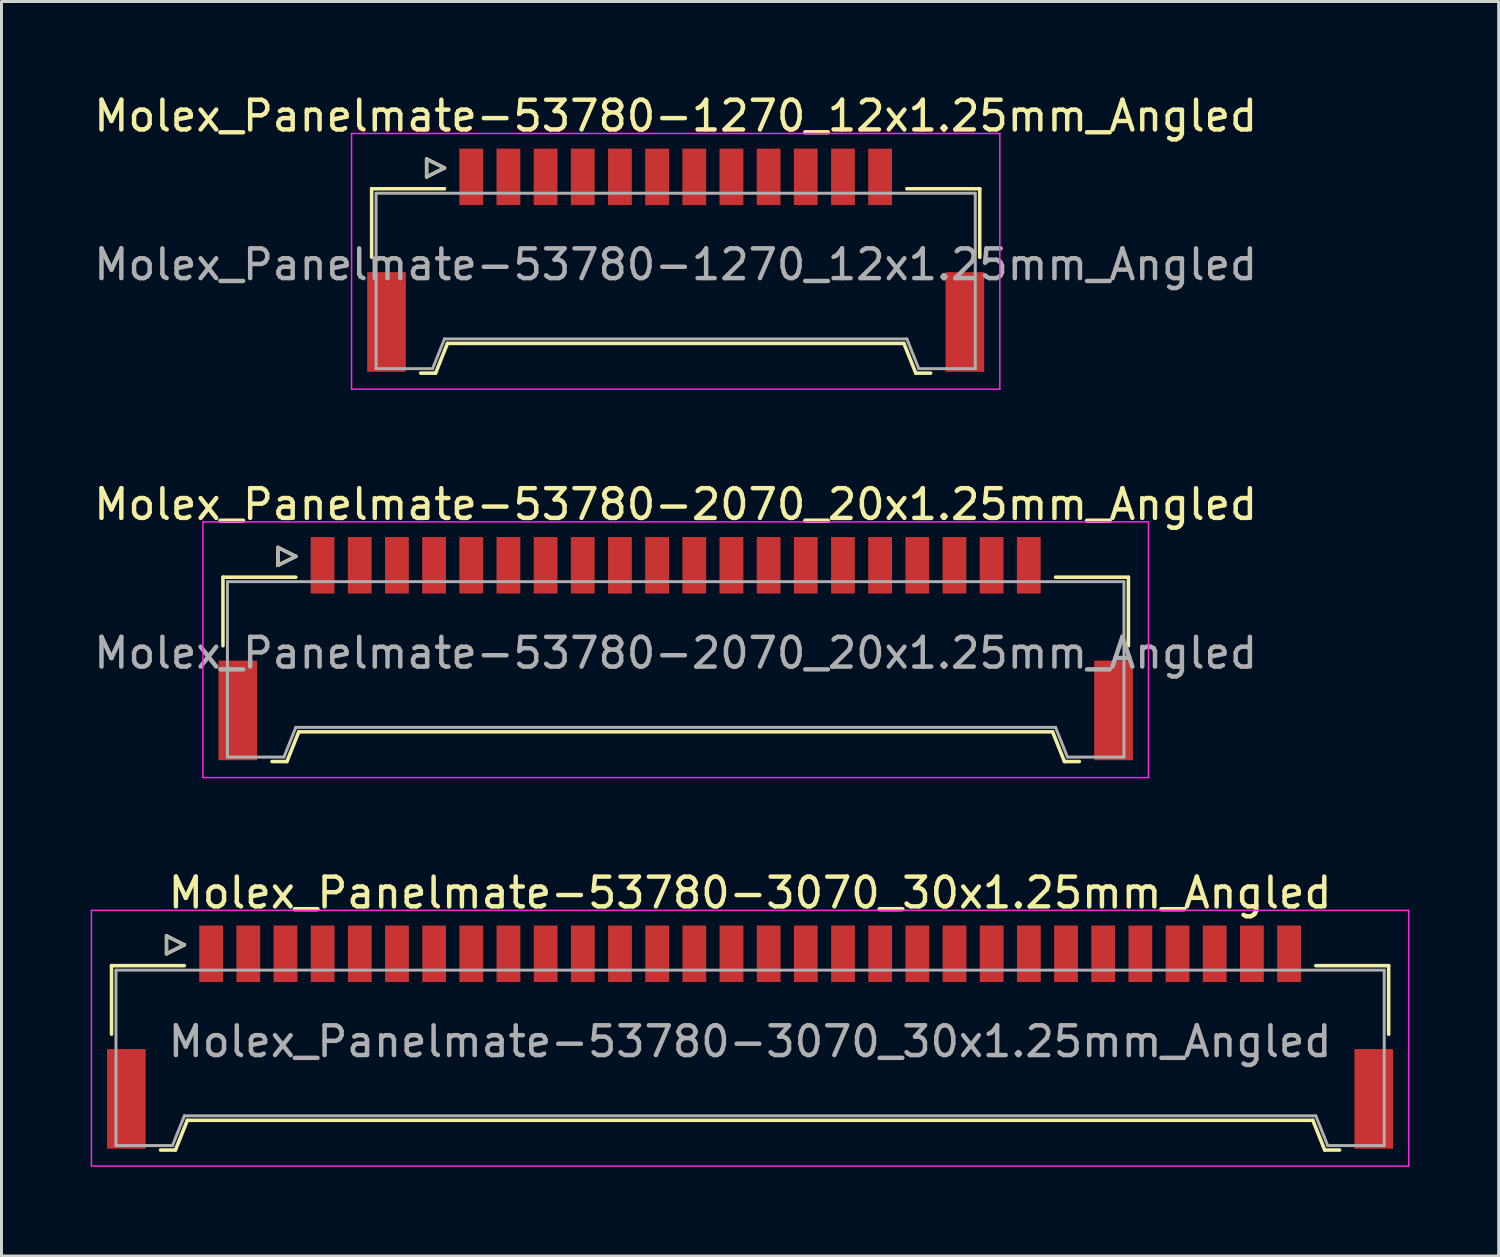
<source format=kicad_pcb>
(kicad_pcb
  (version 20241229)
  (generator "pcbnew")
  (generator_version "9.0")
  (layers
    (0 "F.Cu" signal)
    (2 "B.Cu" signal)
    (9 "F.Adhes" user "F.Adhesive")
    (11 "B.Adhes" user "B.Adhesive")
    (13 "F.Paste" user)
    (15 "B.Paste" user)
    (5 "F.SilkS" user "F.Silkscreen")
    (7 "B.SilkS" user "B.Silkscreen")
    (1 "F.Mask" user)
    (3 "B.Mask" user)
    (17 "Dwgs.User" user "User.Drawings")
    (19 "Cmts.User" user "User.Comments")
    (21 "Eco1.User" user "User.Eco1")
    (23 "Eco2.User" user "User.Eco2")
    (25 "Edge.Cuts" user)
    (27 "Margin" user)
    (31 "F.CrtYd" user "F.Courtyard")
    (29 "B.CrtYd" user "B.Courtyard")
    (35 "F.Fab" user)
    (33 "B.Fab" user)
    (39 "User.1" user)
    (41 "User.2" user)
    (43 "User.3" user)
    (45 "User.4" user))
  (footprint "Molex_Panelmate-53780-2070_20x1.25mm_Angled"
    (layer "F.Cu")
    (at 19.673 18.401)
    (property "Reference" "Molex_Panelmate-53780-2070_20x1.25mm_Angled" (at 0 -4.49 0) (layer "F.SilkS") (effects (font (size 1 1) (thickness 0.15))))
    (attr smd)
    (fp_line (start -15.225 -2.04) (end -15.225 0.265) (stroke (width 0.12) (type solid)) (layer "F.SilkS"))
    (fp_line (start -13.575 4.16) (end -13.075 4.16) (stroke (width 0.12) (type solid)) (layer "F.SilkS"))
    (fp_line (start -13.375 -3.04) (end -13.375 -2.44) (stroke (width 0.12) (type solid)) (layer "F.SilkS"))
    (fp_line (start -13.375 -2.44) (end -12.775 -2.74) (stroke (width 0.12) (type solid)) (layer "F.SilkS"))
    (fp_line (start -13.075 4.16) (end -12.675 3.16) (stroke (width 0.12) (type solid)) (layer "F.SilkS"))
    (fp_line (start -12.775 -2.74) (end -13.375 -3.04) (stroke (width 0.12) (type solid)) (layer "F.SilkS"))
    (fp_line (start -12.775 -2.04) (end -15.225 -2.04) (stroke (width 0.12) (type solid)) (layer "F.SilkS"))
    (fp_line (start -12.675 3.16) (end 12.675 3.16) (stroke (width 0.12) (type solid)) (layer "F.SilkS"))
    (fp_line (start 12.675 3.16) (end 13.075 4.16) (stroke (width 0.12) (type solid)) (layer "F.SilkS"))
    (fp_line (start 12.775 -2.04) (end 15.225 -2.04) (stroke (width 0.12) (type solid)) (layer "F.SilkS"))
    (fp_line (start 13.075 4.16) (end 13.575 4.16) (stroke (width 0.12) (type solid)) (layer "F.SilkS"))
    (fp_line (start 15.225 -2.04) (end 15.225 0.265) (stroke (width 0.12) (type solid)) (layer "F.SilkS"))
    (fp_line (start -15.9 -3.9) (end -15.9 4.7) (stroke (width 0.05) (type solid)) (layer "F.CrtYd"))
    (fp_line (start -15.9 4.7) (end 15.9 4.7) (stroke (width 0.05) (type solid)) (layer "F.CrtYd"))
    (fp_line (start 15.9 -3.9) (end -15.9 -3.9) (stroke (width 0.05) (type solid)) (layer "F.CrtYd"))
    (fp_line (start 15.9 4.7) (end 15.9 -3.9) (stroke (width 0.05) (type solid)) (layer "F.CrtYd"))
    (fp_line (start -15.075 -1.89) (end -15.075 4.01) (stroke (width 0.1) (type solid)) (layer "F.Fab"))
    (fp_line (start -15.075 4.01) (end -13.175 4.01) (stroke (width 0.1) (type solid)) (layer "F.Fab"))
    (fp_line (start -13.375 -3.04) (end -13.375 -2.44) (stroke (width 0.1) (type solid)) (layer "F.Fab"))
    (fp_line (start -13.375 -2.44) (end -12.775 -2.74) (stroke (width 0.1) (type solid)) (layer "F.Fab"))
    (fp_line (start -13.175 4.01) (end -12.775 3.01) (stroke (width 0.1) (type solid)) (layer "F.Fab"))
    (fp_line (start -12.775 -2.74) (end -13.375 -3.04) (stroke (width 0.1) (type solid)) (layer "F.Fab"))
    (fp_line (start -12.775 3.01) (end 12.775 3.01) (stroke (width 0.1) (type solid)) (layer "F.Fab"))
    (fp_line (start 12.775 3.01) (end 13.175 4.01) (stroke (width 0.1) (type solid)) (layer "F.Fab"))
    (fp_line (start 13.175 4.01) (end 15.075 4.01) (stroke (width 0.1) (type solid)) (layer "F.Fab"))
    (fp_line (start 15.075 -1.89) (end -15.075 -1.89) (stroke (width 0.1) (type solid)) (layer "F.Fab"))
    (fp_line (start 15.075 4.01) (end 15.075 -1.89) (stroke (width 0.1) (type solid)) (layer "F.Fab"))
    (fp_text user "${REFERENCE}" (at 0 0.51 0) (layer "F.Fab") (effects (font (size 1 1) (thickness 0.15))))
    (pad "" smd rect (at -14.725 2.44) (size 1.3 3.35) (layers "F.Cu" "F.Mask" "F.Paste"))
    (pad "" smd rect (at 14.725 2.44) (size 1.3 3.35) (layers "F.Cu" "F.Mask" "F.Paste"))
    (pad "1" smd rect (at -11.875 -2.44) (size 0.8 1.9) (layers "F.Cu" "F.Mask" "F.Paste"))
    (pad "2" smd rect (at -10.625 -2.44) (size 0.8 1.9) (layers "F.Cu" "F.Mask" "F.Paste"))
    (pad "3" smd rect (at -9.375 -2.44) (size 0.8 1.9) (layers "F.Cu" "F.Mask" "F.Paste"))
    (pad "4" smd rect (at -8.125 -2.44) (size 0.8 1.9) (layers "F.Cu" "F.Mask" "F.Paste"))
    (pad "5" smd rect (at -6.875 -2.44) (size 0.8 1.9) (layers "F.Cu" "F.Mask" "F.Paste"))
    (pad "6" smd rect (at -5.625 -2.44) (size 0.8 1.9) (layers "F.Cu" "F.Mask" "F.Paste"))
    (pad "7" smd rect (at -4.375 -2.44) (size 0.8 1.9) (layers "F.Cu" "F.Mask" "F.Paste"))
    (pad "8" smd rect (at -3.125 -2.44) (size 0.8 1.9) (layers "F.Cu" "F.Mask" "F.Paste"))
    (pad "9" smd rect (at -1.875 -2.44) (size 0.8 1.9) (layers "F.Cu" "F.Mask" "F.Paste"))
    (pad "10" smd rect (at -0.625 -2.44) (size 0.8 1.9) (layers "F.Cu" "F.Mask" "F.Paste"))
    (pad "11" smd rect (at 0.625 -2.44) (size 0.8 1.9) (layers "F.Cu" "F.Mask" "F.Paste"))
    (pad "12" smd rect (at 1.875 -2.44) (size 0.8 1.9) (layers "F.Cu" "F.Mask" "F.Paste"))
    (pad "13" smd rect (at 3.125 -2.44) (size 0.8 1.9) (layers "F.Cu" "F.Mask" "F.Paste"))
    (pad "14" smd rect (at 4.375 -2.44) (size 0.8 1.9) (layers "F.Cu" "F.Mask" "F.Paste"))
    (pad "15" smd rect (at 5.625 -2.44) (size 0.8 1.9) (layers "F.Cu" "F.Mask" "F.Paste"))
    (pad "16" smd rect (at 6.875 -2.44) (size 0.8 1.9) (layers "F.Cu" "F.Mask" "F.Paste"))
    (pad "17" smd rect (at 8.125 -2.44) (size 0.8 1.9) (layers "F.Cu" "F.Mask" "F.Paste"))
    (pad "18" smd rect (at 9.375 -2.44) (size 0.8 1.9) (layers "F.Cu" "F.Mask" "F.Paste"))
    (pad "19" smd rect (at 10.625 -2.44) (size 0.8 1.9) (layers "F.Cu" "F.Mask" "F.Paste"))
    (pad "20" smd rect (at 11.875 -2.44) (size 0.8 1.9) (layers "F.Cu" "F.Mask" "F.Paste")))
  (footprint "Molex_Panelmate-53780-1270_12x1.25mm_Angled"
    (layer "F.Cu")
    (at 19.673 5.338)
    (property "Reference" "Molex_Panelmate-53780-1270_12x1.25mm_Angled" (at 0 -4.49 0) (layer "F.SilkS") (effects (font (size 1 1) (thickness 0.15))))
    (attr smd)
    (fp_line (start -10.225 -2.04) (end -10.225 0.265) (stroke (width 0.12) (type solid)) (layer "F.SilkS"))
    (fp_line (start -8.575 4.16) (end -8.075 4.16) (stroke (width 0.12) (type solid)) (layer "F.SilkS"))
    (fp_line (start -8.375 -3.04) (end -8.375 -2.44) (stroke (width 0.12) (type solid)) (layer "F.SilkS"))
    (fp_line (start -8.375 -2.44) (end -7.775 -2.74) (stroke (width 0.12) (type solid)) (layer "F.SilkS"))
    (fp_line (start -8.075 4.16) (end -7.675 3.16) (stroke (width 0.12) (type solid)) (layer "F.SilkS"))
    (fp_line (start -7.775 -2.74) (end -8.375 -3.04) (stroke (width 0.12) (type solid)) (layer "F.SilkS"))
    (fp_line (start -7.775 -2.04) (end -10.225 -2.04) (stroke (width 0.12) (type solid)) (layer "F.SilkS"))
    (fp_line (start -7.675 3.16) (end 7.675 3.16) (stroke (width 0.12) (type solid)) (layer "F.SilkS"))
    (fp_line (start 7.675 3.16) (end 8.075 4.16) (stroke (width 0.12) (type solid)) (layer "F.SilkS"))
    (fp_line (start 7.775 -2.04) (end 10.225 -2.04) (stroke (width 0.12) (type solid)) (layer "F.SilkS"))
    (fp_line (start 8.075 4.16) (end 8.575 4.16) (stroke (width 0.12) (type solid)) (layer "F.SilkS"))
    (fp_line (start 10.225 -2.04) (end 10.225 0.265) (stroke (width 0.12) (type solid)) (layer "F.SilkS"))
    (fp_line (start -10.9 -3.9) (end -10.9 4.7) (stroke (width 0.05) (type solid)) (layer "F.CrtYd"))
    (fp_line (start -10.9 4.7) (end 10.9 4.7) (stroke (width 0.05) (type solid)) (layer "F.CrtYd"))
    (fp_line (start 10.9 -3.9) (end -10.9 -3.9) (stroke (width 0.05) (type solid)) (layer "F.CrtYd"))
    (fp_line (start 10.9 4.7) (end 10.9 -3.9) (stroke (width 0.05) (type solid)) (layer "F.CrtYd"))
    (fp_line (start -10.075 -1.89) (end -10.075 4.01) (stroke (width 0.1) (type solid)) (layer "F.Fab"))
    (fp_line (start -10.075 4.01) (end -8.175 4.01) (stroke (width 0.1) (type solid)) (layer "F.Fab"))
    (fp_line (start -8.375 -3.04) (end -8.375 -2.44) (stroke (width 0.1) (type solid)) (layer "F.Fab"))
    (fp_line (start -8.375 -2.44) (end -7.775 -2.74) (stroke (width 0.1) (type solid)) (layer "F.Fab"))
    (fp_line (start -8.175 4.01) (end -7.775 3.01) (stroke (width 0.1) (type solid)) (layer "F.Fab"))
    (fp_line (start -7.775 -2.74) (end -8.375 -3.04) (stroke (width 0.1) (type solid)) (layer "F.Fab"))
    (fp_line (start -7.775 3.01) (end 7.775 3.01) (stroke (width 0.1) (type solid)) (layer "F.Fab"))
    (fp_line (start 7.775 3.01) (end 8.175 4.01) (stroke (width 0.1) (type solid)) (layer "F.Fab"))
    (fp_line (start 8.175 4.01) (end 10.075 4.01) (stroke (width 0.1) (type solid)) (layer "F.Fab"))
    (fp_line (start 10.075 -1.89) (end -10.075 -1.89) (stroke (width 0.1) (type solid)) (layer "F.Fab"))
    (fp_line (start 10.075 4.01) (end 10.075 -1.89) (stroke (width 0.1) (type solid)) (layer "F.Fab"))
    (fp_text user "${REFERENCE}" (at 0 0.51 0) (layer "F.Fab") (effects (font (size 1 1) (thickness 0.15))))
    (pad "" smd rect (at -9.725 2.44) (size 1.3 3.35) (layers "F.Cu" "F.Mask" "F.Paste"))
    (pad "" smd rect (at 9.725 2.44) (size 1.3 3.35) (layers "F.Cu" "F.Mask" "F.Paste"))
    (pad "1" smd rect (at -6.875 -2.44) (size 0.8 1.9) (layers "F.Cu" "F.Mask" "F.Paste"))
    (pad "2" smd rect (at -5.625 -2.44) (size 0.8 1.9) (layers "F.Cu" "F.Mask" "F.Paste"))
    (pad "3" smd rect (at -4.375 -2.44) (size 0.8 1.9) (layers "F.Cu" "F.Mask" "F.Paste"))
    (pad "4" smd rect (at -3.125 -2.44) (size 0.8 1.9) (layers "F.Cu" "F.Mask" "F.Paste"))
    (pad "5" smd rect (at -1.875 -2.44) (size 0.8 1.9) (layers "F.Cu" "F.Mask" "F.Paste"))
    (pad "6" smd rect (at -0.625 -2.44) (size 0.8 1.9) (layers "F.Cu" "F.Mask" "F.Paste"))
    (pad "7" smd rect (at 0.625 -2.44) (size 0.8 1.9) (layers "F.Cu" "F.Mask" "F.Paste"))
    (pad "8" smd rect (at 1.875 -2.44) (size 0.8 1.9) (layers "F.Cu" "F.Mask" "F.Paste"))
    (pad "9" smd rect (at 3.125 -2.44) (size 0.8 1.9) (layers "F.Cu" "F.Mask" "F.Paste"))
    (pad "10" smd rect (at 4.375 -2.44) (size 0.8 1.9) (layers "F.Cu" "F.Mask" "F.Paste"))
    (pad "11" smd rect (at 5.625 -2.44) (size 0.8 1.9) (layers "F.Cu" "F.Mask" "F.Paste"))
    (pad "12" smd rect (at 6.875 -2.44) (size 0.8 1.9) (layers "F.Cu" "F.Mask" "F.Paste")))
  (footprint "Molex_Panelmate-53780-3070_30x1.25mm_Angled"
    (layer "F.Cu")
    (at 22.175 31.465)
    (property "Reference" "Molex_Panelmate-53780-3070_30x1.25mm_Angled" (at 0 -4.49 0) (layer "F.SilkS") (effects (font (size 1 1) (thickness 0.15))))
    (attr smd)
    (fp_line (start -21.475 -2.04) (end -21.475 0.265) (stroke (width 0.12) (type solid)) (layer "F.SilkS"))
    (fp_line (start -19.825 4.16) (end -19.325 4.16) (stroke (width 0.12) (type solid)) (layer "F.SilkS"))
    (fp_line (start -19.625 -3.04) (end -19.625 -2.44) (stroke (width 0.12) (type solid)) (layer "F.SilkS"))
    (fp_line (start -19.625 -2.44) (end -19.025 -2.74) (stroke (width 0.12) (type solid)) (layer "F.SilkS"))
    (fp_line (start -19.325 4.16) (end -18.925 3.16) (stroke (width 0.12) (type solid)) (layer "F.SilkS"))
    (fp_line (start -19.025 -2.74) (end -19.625 -3.04) (stroke (width 0.12) (type solid)) (layer "F.SilkS"))
    (fp_line (start -19.025 -2.04) (end -21.475 -2.04) (stroke (width 0.12) (type solid)) (layer "F.SilkS"))
    (fp_line (start -18.925 3.16) (end 18.925 3.16) (stroke (width 0.12) (type solid)) (layer "F.SilkS"))
    (fp_line (start 18.925 3.16) (end 19.325 4.16) (stroke (width 0.12) (type solid)) (layer "F.SilkS"))
    (fp_line (start 19.025 -2.04) (end 21.475 -2.04) (stroke (width 0.12) (type solid)) (layer "F.SilkS"))
    (fp_line (start 19.325 4.16) (end 19.825 4.16) (stroke (width 0.12) (type solid)) (layer "F.SilkS"))
    (fp_line (start 21.475 -2.04) (end 21.475 0.265) (stroke (width 0.12) (type solid)) (layer "F.SilkS"))
    (fp_line (start -22.15 -3.9) (end -22.15 4.7) (stroke (width 0.05) (type solid)) (layer "F.CrtYd"))
    (fp_line (start -22.15 4.7) (end 22.15 4.7) (stroke (width 0.05) (type solid)) (layer "F.CrtYd"))
    (fp_line (start 22.15 -3.9) (end -22.15 -3.9) (stroke (width 0.05) (type solid)) (layer "F.CrtYd"))
    (fp_line (start 22.15 4.7) (end 22.15 -3.9) (stroke (width 0.05) (type solid)) (layer "F.CrtYd"))
    (fp_line (start -21.325 -1.89) (end -21.325 4.01) (stroke (width 0.1) (type solid)) (layer "F.Fab"))
    (fp_line (start -21.325 4.01) (end -19.425 4.01) (stroke (width 0.1) (type solid)) (layer "F.Fab"))
    (fp_line (start -19.625 -3.04) (end -19.625 -2.44) (stroke (width 0.1) (type solid)) (layer "F.Fab"))
    (fp_line (start -19.625 -2.44) (end -19.025 -2.74) (stroke (width 0.1) (type solid)) (layer "F.Fab"))
    (fp_line (start -19.425 4.01) (end -19.025 3.01) (stroke (width 0.1) (type solid)) (layer "F.Fab"))
    (fp_line (start -19.025 -2.74) (end -19.625 -3.04) (stroke (width 0.1) (type solid)) (layer "F.Fab"))
    (fp_line (start -19.025 3.01) (end 19.025 3.01) (stroke (width 0.1) (type solid)) (layer "F.Fab"))
    (fp_line (start 19.025 3.01) (end 19.425 4.01) (stroke (width 0.1) (type solid)) (layer "F.Fab"))
    (fp_line (start 19.425 4.01) (end 21.325 4.01) (stroke (width 0.1) (type solid)) (layer "F.Fab"))
    (fp_line (start 21.325 -1.89) (end -21.325 -1.89) (stroke (width 0.1) (type solid)) (layer "F.Fab"))
    (fp_line (start 21.325 4.01) (end 21.325 -1.89) (stroke (width 0.1) (type solid)) (layer "F.Fab"))
    (fp_text user "${REFERENCE}" (at 0 0.51 0) (layer "F.Fab") (effects (font (size 1 1) (thickness 0.15))))
    (pad "" smd rect (at -20.975 2.44) (size 1.3 3.35) (layers "F.Cu" "F.Mask" "F.Paste"))
    (pad "" smd rect (at 20.975 2.44) (size 1.3 3.35) (layers "F.Cu" "F.Mask" "F.Paste"))
    (pad "1" smd rect (at -18.125 -2.44) (size 0.8 1.9) (layers "F.Cu" "F.Mask" "F.Paste"))
    (pad "2" smd rect (at -16.875 -2.44) (size 0.8 1.9) (layers "F.Cu" "F.Mask" "F.Paste"))
    (pad "3" smd rect (at -15.625 -2.44) (size 0.8 1.9) (layers "F.Cu" "F.Mask" "F.Paste"))
    (pad "4" smd rect (at -14.375 -2.44) (size 0.8 1.9) (layers "F.Cu" "F.Mask" "F.Paste"))
    (pad "5" smd rect (at -13.125 -2.44) (size 0.8 1.9) (layers "F.Cu" "F.Mask" "F.Paste"))
    (pad "6" smd rect (at -11.875 -2.44) (size 0.8 1.9) (layers "F.Cu" "F.Mask" "F.Paste"))
    (pad "7" smd rect (at -10.625 -2.44) (size 0.8 1.9) (layers "F.Cu" "F.Mask" "F.Paste"))
    (pad "8" smd rect (at -9.375 -2.44) (size 0.8 1.9) (layers "F.Cu" "F.Mask" "F.Paste"))
    (pad "9" smd rect (at -8.125 -2.44) (size 0.8 1.9) (layers "F.Cu" "F.Mask" "F.Paste"))
    (pad "10" smd rect (at -6.875 -2.44) (size 0.8 1.9) (layers "F.Cu" "F.Mask" "F.Paste"))
    (pad "11" smd rect (at -5.625 -2.44) (size 0.8 1.9) (layers "F.Cu" "F.Mask" "F.Paste"))
    (pad "12" smd rect (at -4.375 -2.44) (size 0.8 1.9) (layers "F.Cu" "F.Mask" "F.Paste"))
    (pad "13" smd rect (at -3.125 -2.44) (size 0.8 1.9) (layers "F.Cu" "F.Mask" "F.Paste"))
    (pad "14" smd rect (at -1.875 -2.44) (size 0.8 1.9) (layers "F.Cu" "F.Mask" "F.Paste"))
    (pad "15" smd rect (at -0.625 -2.44) (size 0.8 1.9) (layers "F.Cu" "F.Mask" "F.Paste"))
    (pad "16" smd rect (at 0.625 -2.44) (size 0.8 1.9) (layers "F.Cu" "F.Mask" "F.Paste"))
    (pad "17" smd rect (at 1.875 -2.44) (size 0.8 1.9) (layers "F.Cu" "F.Mask" "F.Paste"))
    (pad "18" smd rect (at 3.125 -2.44) (size 0.8 1.9) (layers "F.Cu" "F.Mask" "F.Paste"))
    (pad "19" smd rect (at 4.375 -2.44) (size 0.8 1.9) (layers "F.Cu" "F.Mask" "F.Paste"))
    (pad "20" smd rect (at 5.625 -2.44) (size 0.8 1.9) (layers "F.Cu" "F.Mask" "F.Paste"))
    (pad "21" smd rect (at 6.875 -2.44) (size 0.8 1.9) (layers "F.Cu" "F.Mask" "F.Paste"))
    (pad "22" smd rect (at 8.125 -2.44) (size 0.8 1.9) (layers "F.Cu" "F.Mask" "F.Paste"))
    (pad "23" smd rect (at 9.375 -2.44) (size 0.8 1.9) (layers "F.Cu" "F.Mask" "F.Paste"))
    (pad "24" smd rect (at 10.625 -2.44) (size 0.8 1.9) (layers "F.Cu" "F.Mask" "F.Paste"))
    (pad "25" smd rect (at 11.875 -2.44) (size 0.8 1.9) (layers "F.Cu" "F.Mask" "F.Paste"))
    (pad "26" smd rect (at 13.125 -2.44) (size 0.8 1.9) (layers "F.Cu" "F.Mask" "F.Paste"))
    (pad "27" smd rect (at 14.375 -2.44) (size 0.8 1.9) (layers "F.Cu" "F.Mask" "F.Paste"))
    (pad "28" smd rect (at 15.625 -2.44) (size 0.8 1.9) (layers "F.Cu" "F.Mask" "F.Paste"))
    (pad "29" smd rect (at 16.875 -2.44) (size 0.8 1.9) (layers "F.Cu" "F.Mask" "F.Paste"))
    (pad "30" smd rect (at 18.125 -2.44) (size 0.8 1.9) (layers "F.Cu" "F.Mask" "F.Paste")))
  (gr_rect
    (start -3 -3)
    (end 47.35 39.19)
    (stroke (width 0.1) (type default))
    (fill no)
    (layer "Edge.Cuts")))
</source>
